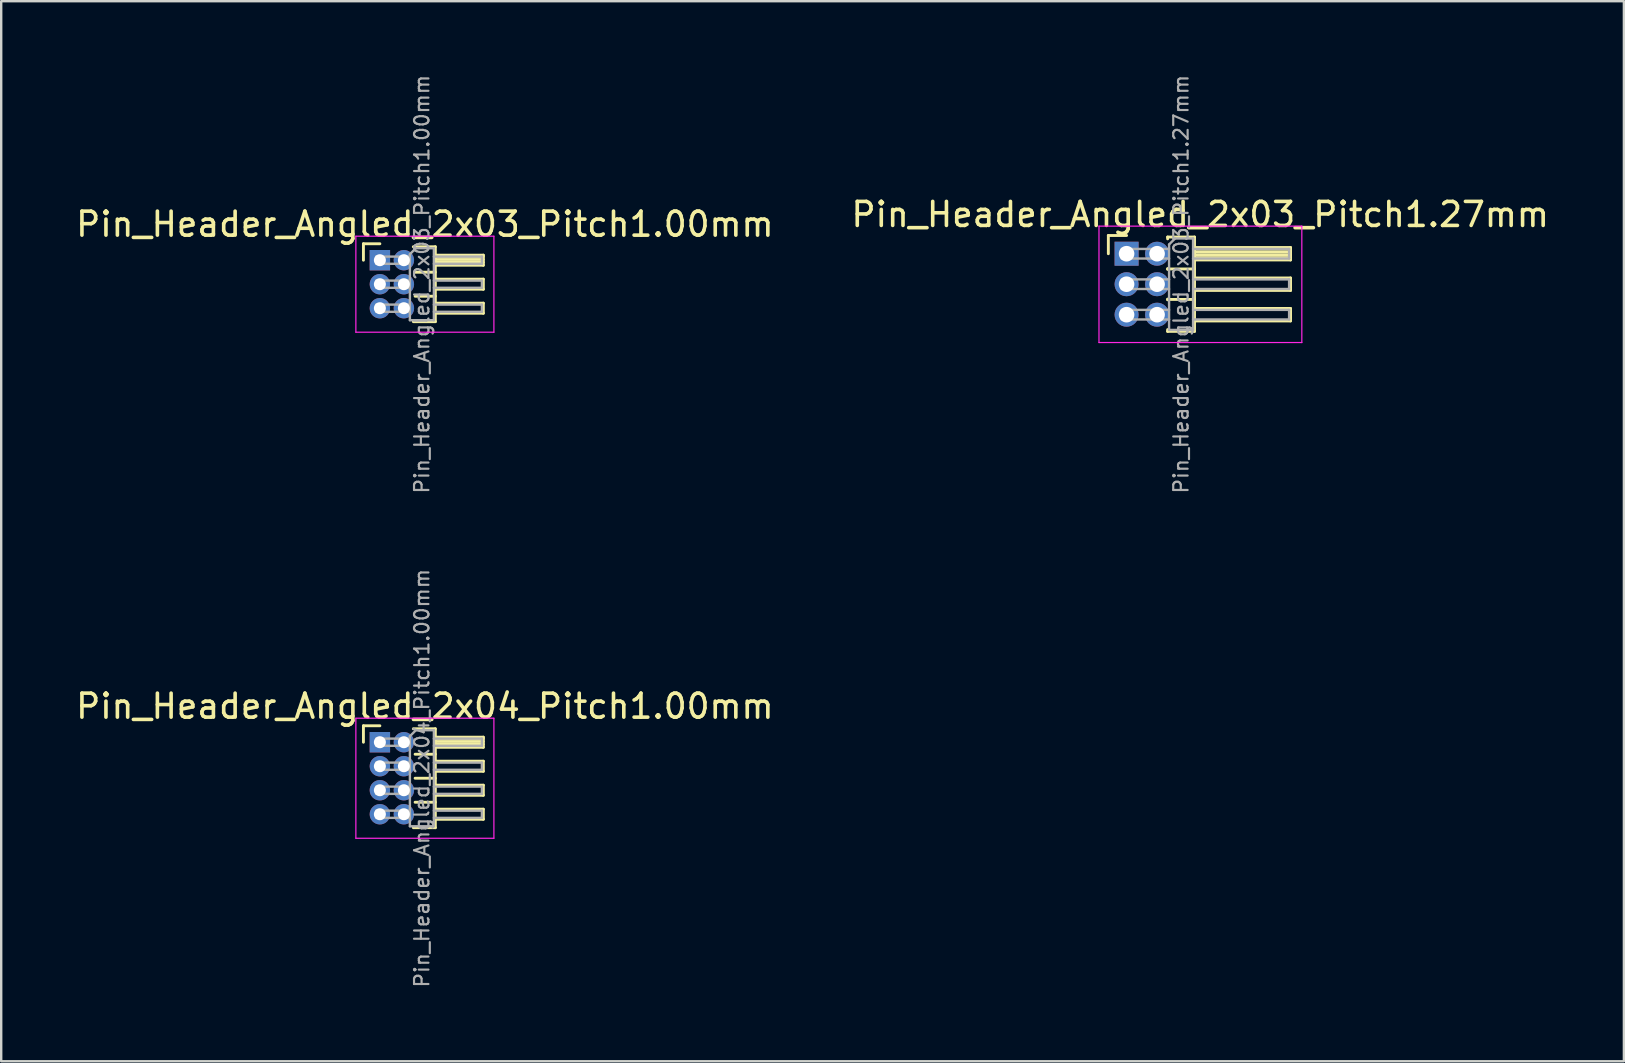
<source format=kicad_pcb>
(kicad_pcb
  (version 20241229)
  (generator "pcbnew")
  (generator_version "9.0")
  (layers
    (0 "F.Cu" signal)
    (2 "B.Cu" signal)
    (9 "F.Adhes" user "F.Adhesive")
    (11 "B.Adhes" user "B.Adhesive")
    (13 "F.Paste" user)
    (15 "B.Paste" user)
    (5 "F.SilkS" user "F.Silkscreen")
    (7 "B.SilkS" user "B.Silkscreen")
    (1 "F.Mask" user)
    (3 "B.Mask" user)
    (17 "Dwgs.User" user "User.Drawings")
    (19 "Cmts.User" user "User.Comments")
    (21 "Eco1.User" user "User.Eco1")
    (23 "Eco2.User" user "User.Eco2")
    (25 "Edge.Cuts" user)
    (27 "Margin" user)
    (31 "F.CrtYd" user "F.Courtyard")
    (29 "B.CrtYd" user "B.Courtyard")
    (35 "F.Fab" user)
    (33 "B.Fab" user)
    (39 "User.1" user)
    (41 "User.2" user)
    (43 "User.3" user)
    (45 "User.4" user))
  (footprint "Pin_Header_Angled_2x04_Pitch1.00mm"
    (layer "F.Cu")
    (at 12.774 27.868)
    (property "Reference" "Pin_Header_Angled_2x04_Pitch1.00mm" (at 1.875 -1.5 0) (layer "F.SilkS") (effects (font (size 1 1) (thickness 0.15))))
    (attr through_hole)
    (fp_line (start -0.685 -0.685) (end 0 -0.685) (stroke (width 0.12) (type solid)) (layer "F.SilkS"))
    (fp_line (start -0.685 0) (end -0.685 -0.685) (stroke (width 0.12) (type solid)) (layer "F.SilkS"))
    (fp_line (start 1.394 -0.56) (end 2.31 -0.56) (stroke (width 0.12) (type solid)) (layer "F.SilkS"))
    (fp_line (start 1.468 0.5) (end 2.31 0.5) (stroke (width 0.12) (type solid)) (layer "F.SilkS"))
    (fp_line (start 1.468 1.5) (end 2.31 1.5) (stroke (width 0.12) (type solid)) (layer "F.SilkS"))
    (fp_line (start 1.468 2.5) (end 2.31 2.5) (stroke (width 0.12) (type solid)) (layer "F.SilkS"))
    (fp_line (start 2.31 -0.56) (end 2.31 3.56) (stroke (width 0.12) (type solid)) (layer "F.SilkS"))
    (fp_line (start 2.31 -0.21) (end 4.31 -0.21) (stroke (width 0.12) (type solid)) (layer "F.SilkS"))
    (fp_line (start 2.31 -0.15) (end 4.31 -0.15) (stroke (width 0.12) (type solid)) (layer "F.SilkS"))
    (fp_line (start 2.31 -0.03) (end 4.31 -0.03) (stroke (width 0.12) (type solid)) (layer "F.SilkS"))
    (fp_line (start 2.31 0.09) (end 4.31 0.09) (stroke (width 0.12) (type solid)) (layer "F.SilkS"))
    (fp_line (start 2.31 0.79) (end 4.31 0.79) (stroke (width 0.12) (type solid)) (layer "F.SilkS"))
    (fp_line (start 2.31 1.79) (end 4.31 1.79) (stroke (width 0.12) (type solid)) (layer "F.SilkS"))
    (fp_line (start 2.31 2.79) (end 4.31 2.79) (stroke (width 0.12) (type solid)) (layer "F.SilkS"))
    (fp_line (start 2.31 3.56) (end 1.394 3.56) (stroke (width 0.12) (type solid)) (layer "F.SilkS"))
    (fp_line (start 4.31 -0.21) (end 4.31 0.21) (stroke (width 0.12) (type solid)) (layer "F.SilkS"))
    (fp_line (start 4.31 0.21) (end 2.31 0.21) (stroke (width 0.12) (type solid)) (layer "F.SilkS"))
    (fp_line (start 4.31 0.79) (end 4.31 1.21) (stroke (width 0.12) (type solid)) (layer "F.SilkS"))
    (fp_line (start 4.31 1.21) (end 2.31 1.21) (stroke (width 0.12) (type solid)) (layer "F.SilkS"))
    (fp_line (start 4.31 1.79) (end 4.31 2.21) (stroke (width 0.12) (type solid)) (layer "F.SilkS"))
    (fp_line (start 4.31 2.21) (end 2.31 2.21) (stroke (width 0.12) (type solid)) (layer "F.SilkS"))
    (fp_line (start 4.31 2.79) (end 4.31 3.21) (stroke (width 0.12) (type solid)) (layer "F.SilkS"))
    (fp_line (start 4.31 3.21) (end 2.31 3.21) (stroke (width 0.12) (type solid)) (layer "F.SilkS"))
    (fp_line (start -1 -1) (end -1 4) (stroke (width 0.05) (type solid)) (layer "F.CrtYd"))
    (fp_line (start -1 4) (end 4.75 4) (stroke (width 0.05) (type solid)) (layer "F.CrtYd"))
    (fp_line (start 4.75 -1) (end -1 -1) (stroke (width 0.05) (type solid)) (layer "F.CrtYd"))
    (fp_line (start 4.75 4) (end 4.75 -1) (stroke (width 0.05) (type solid)) (layer "F.CrtYd"))
    (fp_line (start -0.15 -0.15) (end -0.15 0.15) (stroke (width 0.1) (type solid)) (layer "F.Fab"))
    (fp_line (start -0.15 -0.15) (end 1.25 -0.15) (stroke (width 0.1) (type solid)) (layer "F.Fab"))
    (fp_line (start -0.15 0.15) (end 1.25 0.15) (stroke (width 0.1) (type solid)) (layer "F.Fab"))
    (fp_line (start -0.15 0.85) (end -0.15 1.15) (stroke (width 0.1) (type solid)) (layer "F.Fab"))
    (fp_line (start -0.15 0.85) (end 1.25 0.85) (stroke (width 0.1) (type solid)) (layer "F.Fab"))
    (fp_line (start -0.15 1.15) (end 1.25 1.15) (stroke (width 0.1) (type solid)) (layer "F.Fab"))
    (fp_line (start -0.15 1.85) (end -0.15 2.15) (stroke (width 0.1) (type solid)) (layer "F.Fab"))
    (fp_line (start -0.15 1.85) (end 1.25 1.85) (stroke (width 0.1) (type solid)) (layer "F.Fab"))
    (fp_line (start -0.15 2.15) (end 1.25 2.15) (stroke (width 0.1) (type solid)) (layer "F.Fab"))
    (fp_line (start -0.15 2.85) (end -0.15 3.15) (stroke (width 0.1) (type solid)) (layer "F.Fab"))
    (fp_line (start -0.15 2.85) (end 1.25 2.85) (stroke (width 0.1) (type solid)) (layer "F.Fab"))
    (fp_line (start -0.15 3.15) (end 1.25 3.15) (stroke (width 0.1) (type solid)) (layer "F.Fab"))
    (fp_line (start 1.25 -0.25) (end 1.5 -0.5) (stroke (width 0.1) (type solid)) (layer "F.Fab"))
    (fp_line (start 1.25 3.5) (end 1.25 -0.25) (stroke (width 0.1) (type solid)) (layer "F.Fab"))
    (fp_line (start 1.5 -0.5) (end 2.25 -0.5) (stroke (width 0.1) (type solid)) (layer "F.Fab"))
    (fp_line (start 2.25 -0.5) (end 2.25 3.5) (stroke (width 0.1) (type solid)) (layer "F.Fab"))
    (fp_line (start 2.25 -0.15) (end 4.25 -0.15) (stroke (width 0.1) (type solid)) (layer "F.Fab"))
    (fp_line (start 2.25 0.15) (end 4.25 0.15) (stroke (width 0.1) (type solid)) (layer "F.Fab"))
    (fp_line (start 2.25 0.85) (end 4.25 0.85) (stroke (width 0.1) (type solid)) (layer "F.Fab"))
    (fp_line (start 2.25 1.15) (end 4.25 1.15) (stroke (width 0.1) (type solid)) (layer "F.Fab"))
    (fp_line (start 2.25 1.85) (end 4.25 1.85) (stroke (width 0.1) (type solid)) (layer "F.Fab"))
    (fp_line (start 2.25 2.15) (end 4.25 2.15) (stroke (width 0.1) (type solid)) (layer "F.Fab"))
    (fp_line (start 2.25 2.85) (end 4.25 2.85) (stroke (width 0.1) (type solid)) (layer "F.Fab"))
    (fp_line (start 2.25 3.15) (end 4.25 3.15) (stroke (width 0.1) (type solid)) (layer "F.Fab"))
    (fp_line (start 2.25 3.5) (end 1.25 3.5) (stroke (width 0.1) (type solid)) (layer "F.Fab"))
    (fp_line (start 4.25 -0.15) (end 4.25 0.15) (stroke (width 0.1) (type solid)) (layer "F.Fab"))
    (fp_line (start 4.25 0.85) (end 4.25 1.15) (stroke (width 0.1) (type solid)) (layer "F.Fab"))
    (fp_line (start 4.25 1.85) (end 4.25 2.15) (stroke (width 0.1) (type solid)) (layer "F.Fab"))
    (fp_line (start 4.25 2.85) (end 4.25 3.15) (stroke (width 0.1) (type solid)) (layer "F.Fab"))
    (fp_text user "${REFERENCE}" (at 1.75 1.5 90) (layer "F.Fab") (effects (font (size 0.6 0.6) (thickness 0.09))))
    (pad "1" thru_hole rect (at 0 0) (size 0.85 0.85) (drill 0.5) (layers "*.Cu" "*.Mask"))
    (pad "2" thru_hole oval (at 1 0) (size 0.85 0.85) (drill 0.5) (layers "*.Cu" "*.Mask"))
    (pad "3" thru_hole oval (at 0 1) (size 0.85 0.85) (drill 0.5) (layers "*.Cu" "*.Mask"))
    (pad "4" thru_hole oval (at 1 1) (size 0.85 0.85) (drill 0.5) (layers "*.Cu" "*.Mask"))
    (pad "5" thru_hole oval (at 0 2) (size 0.85 0.85) (drill 0.5) (layers "*.Cu" "*.Mask"))
    (pad "6" thru_hole oval (at 1 2) (size 0.85 0.85) (drill 0.5) (layers "*.Cu" "*.Mask"))
    (pad "7" thru_hole oval (at 0 3) (size 0.85 0.85) (drill 0.5) (layers "*.Cu" "*.Mask"))
    (pad "8" thru_hole oval (at 1 3) (size 0.85 0.85) (drill 0.5) (layers "*.Cu" "*.Mask")))
  (footprint "Pin_Header_Angled_2x03_Pitch1.27mm"
    (layer "F.Cu")
    (at 43.879 7.519)
    (property "Reference" "Pin_Header_Angled_2x03_Pitch1.27mm" (at 3.067 -1.635 0) (layer "F.SilkS") (effects (font (size 1 1) (thickness 0.15))))
    (attr through_hole)
    (fp_line (start -0.76 -0.76) (end 0 -0.76) (stroke (width 0.12) (type solid)) (layer "F.SilkS"))
    (fp_line (start -0.76 0) (end -0.76 -0.76) (stroke (width 0.12) (type solid)) (layer "F.SilkS"))
    (fp_line (start 1.71 -0.695) (end 2.83 -0.695) (stroke (width 0.12) (type solid)) (layer "F.SilkS"))
    (fp_line (start 1.71 -0.62) (end 1.71 -0.695) (stroke (width 0.12) (type solid)) (layer "F.SilkS"))
    (fp_line (start 1.71 0.62) (end 1.71 0.65) (stroke (width 0.12) (type solid)) (layer "F.SilkS"))
    (fp_line (start 1.71 0.635) (end 2.83 0.635) (stroke (width 0.12) (type solid)) (layer "F.SilkS"))
    (fp_line (start 1.71 1.89) (end 1.71 1.92) (stroke (width 0.12) (type solid)) (layer "F.SilkS"))
    (fp_line (start 1.71 1.905) (end 2.83 1.905) (stroke (width 0.12) (type solid)) (layer "F.SilkS"))
    (fp_line (start 1.71 3.235) (end 1.71 3.16) (stroke (width 0.12) (type solid)) (layer "F.SilkS"))
    (fp_line (start 2.83 -0.695) (end 2.83 3.235) (stroke (width 0.12) (type solid)) (layer "F.SilkS"))
    (fp_line (start 2.83 -0.26) (end 6.83 -0.26) (stroke (width 0.12) (type solid)) (layer "F.SilkS"))
    (fp_line (start 2.83 -0.2) (end 6.83 -0.2) (stroke (width 0.12) (type solid)) (layer "F.SilkS"))
    (fp_line (start 2.83 -0.08) (end 6.83 -0.08) (stroke (width 0.12) (type solid)) (layer "F.SilkS"))
    (fp_line (start 2.83 0.04) (end 6.83 0.04) (stroke (width 0.12) (type solid)) (layer "F.SilkS"))
    (fp_line (start 2.83 0.16) (end 6.83 0.16) (stroke (width 0.12) (type solid)) (layer "F.SilkS"))
    (fp_line (start 2.83 1.01) (end 6.83 1.01) (stroke (width 0.12) (type solid)) (layer "F.SilkS"))
    (fp_line (start 2.83 2.28) (end 6.83 2.28) (stroke (width 0.12) (type solid)) (layer "F.SilkS"))
    (fp_line (start 2.83 3.235) (end 1.71 3.235) (stroke (width 0.12) (type solid)) (layer "F.SilkS"))
    (fp_line (start 6.83 -0.26) (end 6.83 0.26) (stroke (width 0.12) (type solid)) (layer "F.SilkS"))
    (fp_line (start 6.83 0.26) (end 2.83 0.26) (stroke (width 0.12) (type solid)) (layer "F.SilkS"))
    (fp_line (start 6.83 1.01) (end 6.83 1.53) (stroke (width 0.12) (type solid)) (layer "F.SilkS"))
    (fp_line (start 6.83 1.53) (end 2.83 1.53) (stroke (width 0.12) (type solid)) (layer "F.SilkS"))
    (fp_line (start 6.83 2.28) (end 6.83 2.8) (stroke (width 0.12) (type solid)) (layer "F.SilkS"))
    (fp_line (start 6.83 2.8) (end 2.83 2.8) (stroke (width 0.12) (type solid)) (layer "F.SilkS"))
    (fp_line (start -1.15 -1.15) (end -1.15 3.7) (stroke (width 0.05) (type solid)) (layer "F.CrtYd"))
    (fp_line (start -1.15 3.7) (end 7.3 3.7) (stroke (width 0.05) (type solid)) (layer "F.CrtYd"))
    (fp_line (start 7.3 -1.15) (end -1.15 -1.15) (stroke (width 0.05) (type solid)) (layer "F.CrtYd"))
    (fp_line (start 7.3 3.7) (end 7.3 -1.15) (stroke (width 0.05) (type solid)) (layer "F.CrtYd"))
    (fp_line (start -0.2 -0.2) (end -0.2 0.2) (stroke (width 0.1) (type solid)) (layer "F.Fab"))
    (fp_line (start -0.2 -0.2) (end 1.77 -0.2) (stroke (width 0.1) (type solid)) (layer "F.Fab"))
    (fp_line (start -0.2 0.2) (end 1.77 0.2) (stroke (width 0.1) (type solid)) (layer "F.Fab"))
    (fp_line (start -0.2 1.07) (end -0.2 1.47) (stroke (width 0.1) (type solid)) (layer "F.Fab"))
    (fp_line (start -0.2 1.07) (end 1.77 1.07) (stroke (width 0.1) (type solid)) (layer "F.Fab"))
    (fp_line (start -0.2 1.47) (end 1.77 1.47) (stroke (width 0.1) (type solid)) (layer "F.Fab"))
    (fp_line (start -0.2 2.34) (end -0.2 2.74) (stroke (width 0.1) (type solid)) (layer "F.Fab"))
    (fp_line (start -0.2 2.34) (end 1.77 2.34) (stroke (width 0.1) (type solid)) (layer "F.Fab"))
    (fp_line (start -0.2 2.74) (end 1.77 2.74) (stroke (width 0.1) (type solid)) (layer "F.Fab"))
    (fp_line (start 1.77 -0.385) (end 2.02 -0.635) (stroke (width 0.1) (type solid)) (layer "F.Fab"))
    (fp_line (start 1.77 3.175) (end 1.77 -0.385) (stroke (width 0.1) (type solid)) (layer "F.Fab"))
    (fp_line (start 2.02 -0.635) (end 2.77 -0.635) (stroke (width 0.1) (type solid)) (layer "F.Fab"))
    (fp_line (start 2.77 -0.635) (end 2.77 3.175) (stroke (width 0.1) (type solid)) (layer "F.Fab"))
    (fp_line (start 2.77 -0.2) (end 6.77 -0.2) (stroke (width 0.1) (type solid)) (layer "F.Fab"))
    (fp_line (start 2.77 0.2) (end 6.77 0.2) (stroke (width 0.1) (type solid)) (layer "F.Fab"))
    (fp_line (start 2.77 1.07) (end 6.77 1.07) (stroke (width 0.1) (type solid)) (layer "F.Fab"))
    (fp_line (start 2.77 1.47) (end 6.77 1.47) (stroke (width 0.1) (type solid)) (layer "F.Fab"))
    (fp_line (start 2.77 2.34) (end 6.77 2.34) (stroke (width 0.1) (type solid)) (layer "F.Fab"))
    (fp_line (start 2.77 2.74) (end 6.77 2.74) (stroke (width 0.1) (type solid)) (layer "F.Fab"))
    (fp_line (start 2.77 3.175) (end 1.77 3.175) (stroke (width 0.1) (type solid)) (layer "F.Fab"))
    (fp_line (start 6.77 -0.2) (end 6.77 0.2) (stroke (width 0.1) (type solid)) (layer "F.Fab"))
    (fp_line (start 6.77 1.07) (end 6.77 1.47) (stroke (width 0.1) (type solid)) (layer "F.Fab"))
    (fp_line (start 6.77 2.34) (end 6.77 2.74) (stroke (width 0.1) (type solid)) (layer "F.Fab"))
    (fp_text user "${REFERENCE}" (at 2.27 1.27 90) (layer "F.Fab") (effects (font (size 0.6 0.6) (thickness 0.09))))
    (pad "1" thru_hole rect (at 0 0) (size 1 1) (drill 0.65) (layers "*.Cu" "*.Mask"))
    (pad "2" thru_hole oval (at 1.27 0) (size 1 1) (drill 0.65) (layers "*.Cu" "*.Mask"))
    (pad "3" thru_hole oval (at 0 1.27) (size 1 1) (drill 0.65) (layers "*.Cu" "*.Mask"))
    (pad "4" thru_hole oval (at 1.27 1.27) (size 1 1) (drill 0.65) (layers "*.Cu" "*.Mask"))
    (pad "5" thru_hole oval (at 0 2.54) (size 1 1) (drill 0.65) (layers "*.Cu" "*.Mask"))
    (pad "6" thru_hole oval (at 1.27 2.54) (size 1 1) (drill 0.65) (layers "*.Cu" "*.Mask")))
  (footprint "Pin_Header_Angled_2x03_Pitch1.00mm"
    (layer "F.Cu")
    (at 12.774 7.789)
    (property "Reference" "Pin_Header_Angled_2x03_Pitch1.00mm" (at 1.875 -1.5 0) (layer "F.SilkS") (effects (font (size 1 1) (thickness 0.15))))
    (attr through_hole)
    (fp_line (start -0.685 -0.685) (end 0 -0.685) (stroke (width 0.12) (type solid)) (layer "F.SilkS"))
    (fp_line (start -0.685 0) (end -0.685 -0.685) (stroke (width 0.12) (type solid)) (layer "F.SilkS"))
    (fp_line (start 1.394 -0.56) (end 2.31 -0.56) (stroke (width 0.12) (type solid)) (layer "F.SilkS"))
    (fp_line (start 1.468 0.5) (end 2.31 0.5) (stroke (width 0.12) (type solid)) (layer "F.SilkS"))
    (fp_line (start 1.468 1.5) (end 2.31 1.5) (stroke (width 0.12) (type solid)) (layer "F.SilkS"))
    (fp_line (start 2.31 -0.56) (end 2.31 2.56) (stroke (width 0.12) (type solid)) (layer "F.SilkS"))
    (fp_line (start 2.31 -0.21) (end 4.31 -0.21) (stroke (width 0.12) (type solid)) (layer "F.SilkS"))
    (fp_line (start 2.31 -0.15) (end 4.31 -0.15) (stroke (width 0.12) (type solid)) (layer "F.SilkS"))
    (fp_line (start 2.31 -0.03) (end 4.31 -0.03) (stroke (width 0.12) (type solid)) (layer "F.SilkS"))
    (fp_line (start 2.31 0.09) (end 4.31 0.09) (stroke (width 0.12) (type solid)) (layer "F.SilkS"))
    (fp_line (start 2.31 0.79) (end 4.31 0.79) (stroke (width 0.12) (type solid)) (layer "F.SilkS"))
    (fp_line (start 2.31 1.79) (end 4.31 1.79) (stroke (width 0.12) (type solid)) (layer "F.SilkS"))
    (fp_line (start 2.31 2.56) (end 1.394 2.56) (stroke (width 0.12) (type solid)) (layer "F.SilkS"))
    (fp_line (start 4.31 -0.21) (end 4.31 0.21) (stroke (width 0.12) (type solid)) (layer "F.SilkS"))
    (fp_line (start 4.31 0.21) (end 2.31 0.21) (stroke (width 0.12) (type solid)) (layer "F.SilkS"))
    (fp_line (start 4.31 0.79) (end 4.31 1.21) (stroke (width 0.12) (type solid)) (layer "F.SilkS"))
    (fp_line (start 4.31 1.21) (end 2.31 1.21) (stroke (width 0.12) (type solid)) (layer "F.SilkS"))
    (fp_line (start 4.31 1.79) (end 4.31 2.21) (stroke (width 0.12) (type solid)) (layer "F.SilkS"))
    (fp_line (start 4.31 2.21) (end 2.31 2.21) (stroke (width 0.12) (type solid)) (layer "F.SilkS"))
    (fp_line (start -1 -1) (end -1 3) (stroke (width 0.05) (type solid)) (layer "F.CrtYd"))
    (fp_line (start -1 3) (end 4.75 3) (stroke (width 0.05) (type solid)) (layer "F.CrtYd"))
    (fp_line (start 4.75 -1) (end -1 -1) (stroke (width 0.05) (type solid)) (layer "F.CrtYd"))
    (fp_line (start 4.75 3) (end 4.75 -1) (stroke (width 0.05) (type solid)) (layer "F.CrtYd"))
    (fp_line (start -0.15 -0.15) (end -0.15 0.15) (stroke (width 0.1) (type solid)) (layer "F.Fab"))
    (fp_line (start -0.15 -0.15) (end 1.25 -0.15) (stroke (width 0.1) (type solid)) (layer "F.Fab"))
    (fp_line (start -0.15 0.15) (end 1.25 0.15) (stroke (width 0.1) (type solid)) (layer "F.Fab"))
    (fp_line (start -0.15 0.85) (end -0.15 1.15) (stroke (width 0.1) (type solid)) (layer "F.Fab"))
    (fp_line (start -0.15 0.85) (end 1.25 0.85) (stroke (width 0.1) (type solid)) (layer "F.Fab"))
    (fp_line (start -0.15 1.15) (end 1.25 1.15) (stroke (width 0.1) (type solid)) (layer "F.Fab"))
    (fp_line (start -0.15 1.85) (end -0.15 2.15) (stroke (width 0.1) (type solid)) (layer "F.Fab"))
    (fp_line (start -0.15 1.85) (end 1.25 1.85) (stroke (width 0.1) (type solid)) (layer "F.Fab"))
    (fp_line (start -0.15 2.15) (end 1.25 2.15) (stroke (width 0.1) (type solid)) (layer "F.Fab"))
    (fp_line (start 1.25 -0.25) (end 1.5 -0.5) (stroke (width 0.1) (type solid)) (layer "F.Fab"))
    (fp_line (start 1.25 2.5) (end 1.25 -0.25) (stroke (width 0.1) (type solid)) (layer "F.Fab"))
    (fp_line (start 1.5 -0.5) (end 2.25 -0.5) (stroke (width 0.1) (type solid)) (layer "F.Fab"))
    (fp_line (start 2.25 -0.5) (end 2.25 2.5) (stroke (width 0.1) (type solid)) (layer "F.Fab"))
    (fp_line (start 2.25 -0.15) (end 4.25 -0.15) (stroke (width 0.1) (type solid)) (layer "F.Fab"))
    (fp_line (start 2.25 0.15) (end 4.25 0.15) (stroke (width 0.1) (type solid)) (layer "F.Fab"))
    (fp_line (start 2.25 0.85) (end 4.25 0.85) (stroke (width 0.1) (type solid)) (layer "F.Fab"))
    (fp_line (start 2.25 1.15) (end 4.25 1.15) (stroke (width 0.1) (type solid)) (layer "F.Fab"))
    (fp_line (start 2.25 1.85) (end 4.25 1.85) (stroke (width 0.1) (type solid)) (layer "F.Fab"))
    (fp_line (start 2.25 2.15) (end 4.25 2.15) (stroke (width 0.1) (type solid)) (layer "F.Fab"))
    (fp_line (start 2.25 2.5) (end 1.25 2.5) (stroke (width 0.1) (type solid)) (layer "F.Fab"))
    (fp_line (start 4.25 -0.15) (end 4.25 0.15) (stroke (width 0.1) (type solid)) (layer "F.Fab"))
    (fp_line (start 4.25 0.85) (end 4.25 1.15) (stroke (width 0.1) (type solid)) (layer "F.Fab"))
    (fp_line (start 4.25 1.85) (end 4.25 2.15) (stroke (width 0.1) (type solid)) (layer "F.Fab"))
    (fp_text user "${REFERENCE}" (at 1.75 1 90) (layer "F.Fab") (effects (font (size 0.6 0.6) (thickness 0.09))))
    (pad "1" thru_hole rect (at 0 0) (size 0.85 0.85) (drill 0.5) (layers "*.Cu" "*.Mask"))
    (pad "2" thru_hole oval (at 1 0) (size 0.85 0.85) (drill 0.5) (layers "*.Cu" "*.Mask"))
    (pad "3" thru_hole oval (at 0 1) (size 0.85 0.85) (drill 0.5) (layers "*.Cu" "*.Mask"))
    (pad "4" thru_hole oval (at 1 1) (size 0.85 0.85) (drill 0.5) (layers "*.Cu" "*.Mask"))
    (pad "5" thru_hole oval (at 0 2) (size 0.85 0.85) (drill 0.5) (layers "*.Cu" "*.Mask"))
    (pad "6" thru_hole oval (at 1 2) (size 0.85 0.85) (drill 0.5) (layers "*.Cu" "*.Mask")))
  (gr_rect
    (start -3 -3)
    (end 64.595 41.157)
    (stroke (width 0.1) (type default))
    (fill no)
    (layer "Edge.Cuts")))
</source>
